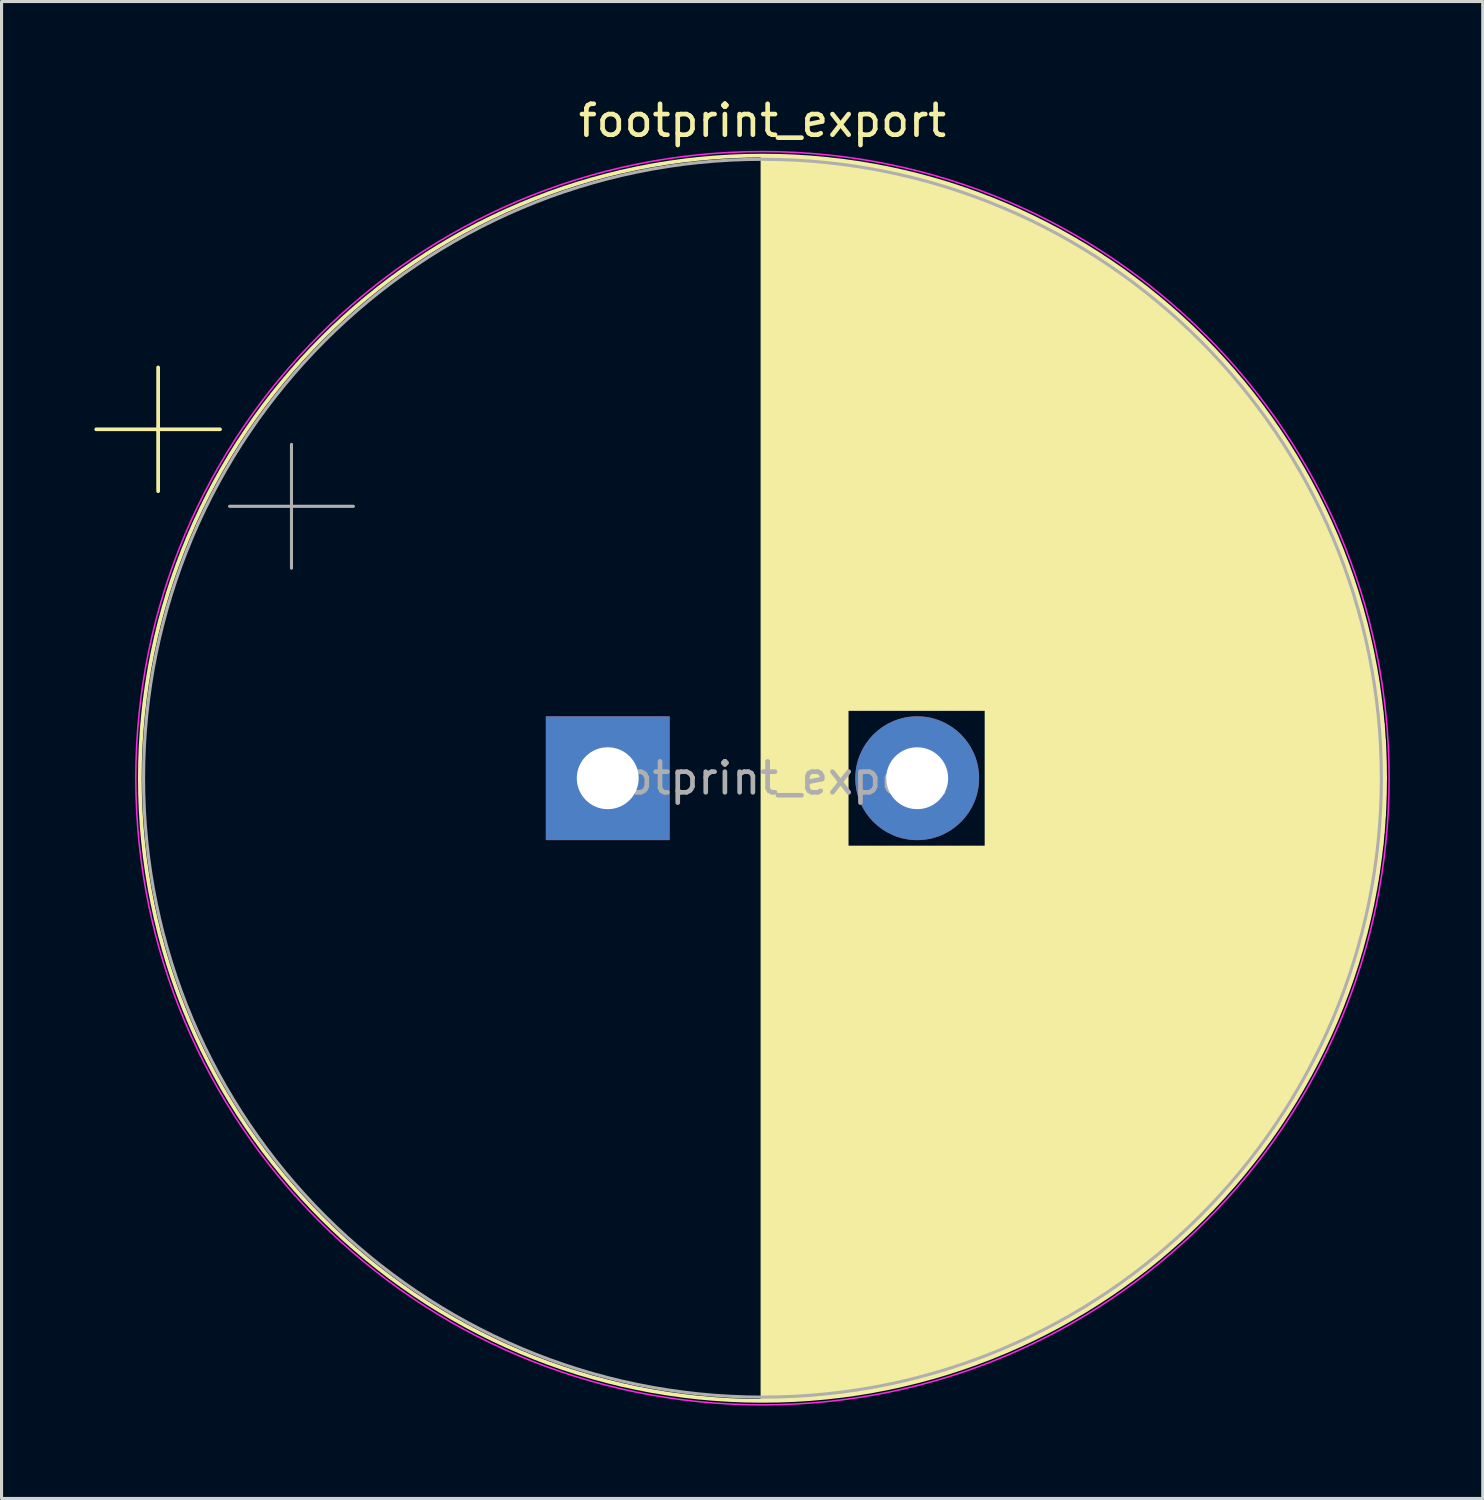
<source format=kicad_pcb>
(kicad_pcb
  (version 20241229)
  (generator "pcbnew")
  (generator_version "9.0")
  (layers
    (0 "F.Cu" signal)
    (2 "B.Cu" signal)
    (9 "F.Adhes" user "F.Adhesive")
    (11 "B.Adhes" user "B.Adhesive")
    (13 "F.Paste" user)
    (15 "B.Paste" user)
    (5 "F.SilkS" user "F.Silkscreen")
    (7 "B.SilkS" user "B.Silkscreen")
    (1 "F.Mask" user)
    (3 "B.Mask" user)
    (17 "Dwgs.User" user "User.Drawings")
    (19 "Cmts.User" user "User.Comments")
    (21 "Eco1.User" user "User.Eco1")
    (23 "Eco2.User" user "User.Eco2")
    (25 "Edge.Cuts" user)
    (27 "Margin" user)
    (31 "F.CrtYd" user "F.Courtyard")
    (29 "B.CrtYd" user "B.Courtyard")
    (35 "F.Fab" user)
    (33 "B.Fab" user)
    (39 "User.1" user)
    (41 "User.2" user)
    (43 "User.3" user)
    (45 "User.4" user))
  (footprint "footprint_export"
    (layer "F.Cu")
    (at 16.589 22.098)
    (property "Reference" "footprint_export" (at 5 -21.25 0) (layer "F.SilkS") (effects (font (size 1 1) (thickness 0.15))))
    (attr through_hole)
    (fp_line (start -16.529 -11.275) (end -12.529 -11.275) (stroke (width 0.12) (type solid)) (layer "F.SilkS"))
    (fp_line (start -14.529 -13.275) (end -14.529 -9.275) (stroke (width 0.12) (type solid)) (layer "F.SilkS"))
    (fp_line (start 5 -20.08) (end 5 20.08) (stroke (width 0.12) (type solid)) (layer "F.SilkS"))
    (fp_line (start 5.04 -20.08) (end 5.04 20.08) (stroke (width 0.12) (type solid)) (layer "F.SilkS"))
    (fp_line (start 5.08 -20.08) (end 5.08 20.08) (stroke (width 0.12) (type solid)) (layer "F.SilkS"))
    (fp_line (start 5.12 -20.08) (end 5.12 20.08) (stroke (width 0.12) (type solid)) (layer "F.SilkS"))
    (fp_line (start 5.16 -20.08) (end 5.16 20.08) (stroke (width 0.12) (type solid)) (layer "F.SilkS"))
    (fp_line (start 5.2 -20.08) (end 5.2 20.08) (stroke (width 0.12) (type solid)) (layer "F.SilkS"))
    (fp_line (start 5.24 -20.079) (end 5.24 20.079) (stroke (width 0.12) (type solid)) (layer "F.SilkS"))
    (fp_line (start 5.28 -20.079) (end 5.28 20.079) (stroke (width 0.12) (type solid)) (layer "F.SilkS"))
    (fp_line (start 5.32 -20.078) (end 5.32 20.078) (stroke (width 0.12) (type solid)) (layer "F.SilkS"))
    (fp_line (start 5.36 -20.077) (end 5.36 20.077) (stroke (width 0.12) (type solid)) (layer "F.SilkS"))
    (fp_line (start 5.4 -20.077) (end 5.4 20.077) (stroke (width 0.12) (type solid)) (layer "F.SilkS"))
    (fp_line (start 5.44 -20.076) (end 5.44 20.076) (stroke (width 0.12) (type solid)) (layer "F.SilkS"))
    (fp_line (start 5.48 -20.075) (end 5.48 20.075) (stroke (width 0.12) (type solid)) (layer "F.SilkS"))
    (fp_line (start 5.52 -20.074) (end 5.52 20.074) (stroke (width 0.12) (type solid)) (layer "F.SilkS"))
    (fp_line (start 5.56 -20.073) (end 5.56 20.073) (stroke (width 0.12) (type solid)) (layer "F.SilkS"))
    (fp_line (start 5.6 -20.072) (end 5.6 20.072) (stroke (width 0.12) (type solid)) (layer "F.SilkS"))
    (fp_line (start 5.64 -20.07) (end 5.64 20.07) (stroke (width 0.12) (type solid)) (layer "F.SilkS"))
    (fp_line (start 5.68 -20.069) (end 5.68 20.069) (stroke (width 0.12) (type solid)) (layer "F.SilkS"))
    (fp_line (start 5.721 -20.068) (end 5.721 20.068) (stroke (width 0.12) (type solid)) (layer "F.SilkS"))
    (fp_line (start 5.761 -20.066) (end 5.761 20.066) (stroke (width 0.12) (type solid)) (layer "F.SilkS"))
    (fp_line (start 5.801 -20.065) (end 5.801 20.065) (stroke (width 0.12) (type solid)) (layer "F.SilkS"))
    (fp_line (start 5.841 -20.063) (end 5.841 20.063) (stroke (width 0.12) (type solid)) (layer "F.SilkS"))
    (fp_line (start 5.881 -20.061) (end 5.881 20.061) (stroke (width 0.12) (type solid)) (layer "F.SilkS"))
    (fp_line (start 5.921 -20.059) (end 5.921 20.059) (stroke (width 0.12) (type solid)) (layer "F.SilkS"))
    (fp_line (start 5.961 -20.058) (end 5.961 20.058) (stroke (width 0.12) (type solid)) (layer "F.SilkS"))
    (fp_line (start 6.001 -20.056) (end 6.001 20.056) (stroke (width 0.12) (type solid)) (layer "F.SilkS"))
    (fp_line (start 6.041 -20.054) (end 6.041 20.054) (stroke (width 0.12) (type solid)) (layer "F.SilkS"))
    (fp_line (start 6.081 -20.051) (end 6.081 20.051) (stroke (width 0.12) (type solid)) (layer "F.SilkS"))
    (fp_line (start 6.121 -20.049) (end 6.121 20.049) (stroke (width 0.12) (type solid)) (layer "F.SilkS"))
    (fp_line (start 6.161 -20.047) (end 6.161 20.047) (stroke (width 0.12) (type solid)) (layer "F.SilkS"))
    (fp_line (start 6.201 -20.045) (end 6.201 20.045) (stroke (width 0.12) (type solid)) (layer "F.SilkS"))
    (fp_line (start 6.241 -20.042) (end 6.241 20.042) (stroke (width 0.12) (type solid)) (layer "F.SilkS"))
    (fp_line (start 6.281 -20.04) (end 6.281 20.04) (stroke (width 0.12) (type solid)) (layer "F.SilkS"))
    (fp_line (start 6.321 -20.037) (end 6.321 20.037) (stroke (width 0.12) (type solid)) (layer "F.SilkS"))
    (fp_line (start 6.361 -20.034) (end 6.361 20.034) (stroke (width 0.12) (type solid)) (layer "F.SilkS"))
    (fp_line (start 6.401 -20.032) (end 6.401 20.032) (stroke (width 0.12) (type solid)) (layer "F.SilkS"))
    (fp_line (start 6.441 -20.029) (end 6.441 20.029) (stroke (width 0.12) (type solid)) (layer "F.SilkS"))
    (fp_line (start 6.481 -20.026) (end 6.481 20.026) (stroke (width 0.12) (type solid)) (layer "F.SilkS"))
    (fp_line (start 6.521 -20.023) (end 6.521 20.023) (stroke (width 0.12) (type solid)) (layer "F.SilkS"))
    (fp_line (start 6.561 -20.02) (end 6.561 20.02) (stroke (width 0.12) (type solid)) (layer "F.SilkS"))
    (fp_line (start 6.601 -20.017) (end 6.601 20.017) (stroke (width 0.12) (type solid)) (layer "F.SilkS"))
    (fp_line (start 6.641 -20.014) (end 6.641 20.014) (stroke (width 0.12) (type solid)) (layer "F.SilkS"))
    (fp_line (start 6.681 -20.01) (end 6.681 20.01) (stroke (width 0.12) (type solid)) (layer "F.SilkS"))
    (fp_line (start 6.721 -20.007) (end 6.721 20.007) (stroke (width 0.12) (type solid)) (layer "F.SilkS"))
    (fp_line (start 6.761 -20.003) (end 6.761 20.003) (stroke (width 0.12) (type solid)) (layer "F.SilkS"))
    (fp_line (start 6.801 -20) (end 6.801 20) (stroke (width 0.12) (type solid)) (layer "F.SilkS"))
    (fp_line (start 6.841 -19.996) (end 6.841 19.996) (stroke (width 0.12) (type solid)) (layer "F.SilkS"))
    (fp_line (start 6.881 -19.992) (end 6.881 19.992) (stroke (width 0.12) (type solid)) (layer "F.SilkS"))
    (fp_line (start 6.921 -19.989) (end 6.921 19.989) (stroke (width 0.12) (type solid)) (layer "F.SilkS"))
    (fp_line (start 6.961 -19.985) (end 6.961 19.985) (stroke (width 0.12) (type solid)) (layer "F.SilkS"))
    (fp_line (start 7.001 -19.981) (end 7.001 19.981) (stroke (width 0.12) (type solid)) (layer "F.SilkS"))
    (fp_line (start 7.041 -19.977) (end 7.041 19.977) (stroke (width 0.12) (type solid)) (layer "F.SilkS"))
    (fp_line (start 7.081 -19.973) (end 7.081 19.973) (stroke (width 0.12) (type solid)) (layer "F.SilkS"))
    (fp_line (start 7.121 -19.968) (end 7.121 19.968) (stroke (width 0.12) (type solid)) (layer "F.SilkS"))
    (fp_line (start 7.161 -19.964) (end 7.161 19.964) (stroke (width 0.12) (type solid)) (layer "F.SilkS"))
    (fp_line (start 7.201 -19.96) (end 7.201 19.96) (stroke (width 0.12) (type solid)) (layer "F.SilkS"))
    (fp_line (start 7.241 -19.955) (end 7.241 19.955) (stroke (width 0.12) (type solid)) (layer "F.SilkS"))
    (fp_line (start 7.281 -19.951) (end 7.281 19.951) (stroke (width 0.12) (type solid)) (layer "F.SilkS"))
    (fp_line (start 7.321 -19.946) (end 7.321 19.946) (stroke (width 0.12) (type solid)) (layer "F.SilkS"))
    (fp_line (start 7.361 -19.942) (end 7.361 19.942) (stroke (width 0.12) (type solid)) (layer "F.SilkS"))
    (fp_line (start 7.401 -19.937) (end 7.401 19.937) (stroke (width 0.12) (type solid)) (layer "F.SilkS"))
    (fp_line (start 7.441 -19.932) (end 7.441 19.932) (stroke (width 0.12) (type solid)) (layer "F.SilkS"))
    (fp_line (start 7.481 -19.927) (end 7.481 19.927) (stroke (width 0.12) (type solid)) (layer "F.SilkS"))
    (fp_line (start 7.521 -19.922) (end 7.521 19.922) (stroke (width 0.12) (type solid)) (layer "F.SilkS"))
    (fp_line (start 7.561 -19.917) (end 7.561 19.917) (stroke (width 0.12) (type solid)) (layer "F.SilkS"))
    (fp_line (start 7.601 -19.912) (end 7.601 19.912) (stroke (width 0.12) (type solid)) (layer "F.SilkS"))
    (fp_line (start 7.641 -19.907) (end 7.641 19.907) (stroke (width 0.12) (type solid)) (layer "F.SilkS"))
    (fp_line (start 7.681 -19.901) (end 7.681 19.901) (stroke (width 0.12) (type solid)) (layer "F.SilkS"))
    (fp_line (start 7.721 -19.896) (end 7.721 19.896) (stroke (width 0.12) (type solid)) (layer "F.SilkS"))
    (fp_line (start 7.761 -19.89) (end 7.761 -2.24) (stroke (width 0.12) (type solid)) (layer "F.SilkS"))
    (fp_line (start 7.761 2.24) (end 7.761 19.89) (stroke (width 0.12) (type solid)) (layer "F.SilkS"))
    (fp_line (start 7.801 -19.885) (end 7.801 -2.24) (stroke (width 0.12) (type solid)) (layer "F.SilkS"))
    (fp_line (start 7.801 2.24) (end 7.801 19.885) (stroke (width 0.12) (type solid)) (layer "F.SilkS"))
    (fp_line (start 7.841 -19.879) (end 7.841 -2.24) (stroke (width 0.12) (type solid)) (layer "F.SilkS"))
    (fp_line (start 7.841 2.24) (end 7.841 19.879) (stroke (width 0.12) (type solid)) (layer "F.SilkS"))
    (fp_line (start 7.881 -19.873) (end 7.881 -2.24) (stroke (width 0.12) (type solid)) (layer "F.SilkS"))
    (fp_line (start 7.881 2.24) (end 7.881 19.873) (stroke (width 0.12) (type solid)) (layer "F.SilkS"))
    (fp_line (start 7.921 -19.867) (end 7.921 -2.24) (stroke (width 0.12) (type solid)) (layer "F.SilkS"))
    (fp_line (start 7.921 2.24) (end 7.921 19.867) (stroke (width 0.12) (type solid)) (layer "F.SilkS"))
    (fp_line (start 7.961 -19.862) (end 7.961 -2.24) (stroke (width 0.12) (type solid)) (layer "F.SilkS"))
    (fp_line (start 7.961 2.24) (end 7.961 19.862) (stroke (width 0.12) (type solid)) (layer "F.SilkS"))
    (fp_line (start 8.001 -19.856) (end 8.001 -2.24) (stroke (width 0.12) (type solid)) (layer "F.SilkS"))
    (fp_line (start 8.001 2.24) (end 8.001 19.856) (stroke (width 0.12) (type solid)) (layer "F.SilkS"))
    (fp_line (start 8.041 -19.85) (end 8.041 -2.24) (stroke (width 0.12) (type solid)) (layer "F.SilkS"))
    (fp_line (start 8.041 2.24) (end 8.041 19.85) (stroke (width 0.12) (type solid)) (layer "F.SilkS"))
    (fp_line (start 8.081 -19.843) (end 8.081 -2.24) (stroke (width 0.12) (type solid)) (layer "F.SilkS"))
    (fp_line (start 8.081 2.24) (end 8.081 19.843) (stroke (width 0.12) (type solid)) (layer "F.SilkS"))
    (fp_line (start 8.121 -19.837) (end 8.121 -2.24) (stroke (width 0.12) (type solid)) (layer "F.SilkS"))
    (fp_line (start 8.121 2.24) (end 8.121 19.837) (stroke (width 0.12) (type solid)) (layer "F.SilkS"))
    (fp_line (start 8.161 -19.831) (end 8.161 -2.24) (stroke (width 0.12) (type solid)) (layer "F.SilkS"))
    (fp_line (start 8.161 2.24) (end 8.161 19.831) (stroke (width 0.12) (type solid)) (layer "F.SilkS"))
    (fp_line (start 8.201 -19.824) (end 8.201 -2.24) (stroke (width 0.12) (type solid)) (layer "F.SilkS"))
    (fp_line (start 8.201 2.24) (end 8.201 19.824) (stroke (width 0.12) (type solid)) (layer "F.SilkS"))
    (fp_line (start 8.241 -19.818) (end 8.241 -2.24) (stroke (width 0.12) (type solid)) (layer "F.SilkS"))
    (fp_line (start 8.241 2.24) (end 8.241 19.818) (stroke (width 0.12) (type solid)) (layer "F.SilkS"))
    (fp_line (start 8.281 -19.811) (end 8.281 -2.24) (stroke (width 0.12) (type solid)) (layer "F.SilkS"))
    (fp_line (start 8.281 2.24) (end 8.281 19.811) (stroke (width 0.12) (type solid)) (layer "F.SilkS"))
    (fp_line (start 8.321 -19.805) (end 8.321 -2.24) (stroke (width 0.12) (type solid)) (layer "F.SilkS"))
    (fp_line (start 8.321 2.24) (end 8.321 19.805) (stroke (width 0.12) (type solid)) (layer "F.SilkS"))
    (fp_line (start 8.361 -19.798) (end 8.361 -2.24) (stroke (width 0.12) (type solid)) (layer "F.SilkS"))
    (fp_line (start 8.361 2.24) (end 8.361 19.798) (stroke (width 0.12) (type solid)) (layer "F.SilkS"))
    (fp_line (start 8.401 -19.791) (end 8.401 -2.24) (stroke (width 0.12) (type solid)) (layer "F.SilkS"))
    (fp_line (start 8.401 2.24) (end 8.401 19.791) (stroke (width 0.12) (type solid)) (layer "F.SilkS"))
    (fp_line (start 8.441 -19.784) (end 8.441 -2.24) (stroke (width 0.12) (type solid)) (layer "F.SilkS"))
    (fp_line (start 8.441 2.24) (end 8.441 19.784) (stroke (width 0.12) (type solid)) (layer "F.SilkS"))
    (fp_line (start 8.481 -19.777) (end 8.481 -2.24) (stroke (width 0.12) (type solid)) (layer "F.SilkS"))
    (fp_line (start 8.481 2.24) (end 8.481 19.777) (stroke (width 0.12) (type solid)) (layer "F.SilkS"))
    (fp_line (start 8.521 -19.77) (end 8.521 -2.24) (stroke (width 0.12) (type solid)) (layer "F.SilkS"))
    (fp_line (start 8.521 2.24) (end 8.521 19.77) (stroke (width 0.12) (type solid)) (layer "F.SilkS"))
    (fp_line (start 8.561 -19.763) (end 8.561 -2.24) (stroke (width 0.12) (type solid)) (layer "F.SilkS"))
    (fp_line (start 8.561 2.24) (end 8.561 19.763) (stroke (width 0.12) (type solid)) (layer "F.SilkS"))
    (fp_line (start 8.601 -19.756) (end 8.601 -2.24) (stroke (width 0.12) (type solid)) (layer "F.SilkS"))
    (fp_line (start 8.601 2.24) (end 8.601 19.756) (stroke (width 0.12) (type solid)) (layer "F.SilkS"))
    (fp_line (start 8.641 -19.748) (end 8.641 -2.24) (stroke (width 0.12) (type solid)) (layer "F.SilkS"))
    (fp_line (start 8.641 2.24) (end 8.641 19.748) (stroke (width 0.12) (type solid)) (layer "F.SilkS"))
    (fp_line (start 8.681 -19.741) (end 8.681 -2.24) (stroke (width 0.12) (type solid)) (layer "F.SilkS"))
    (fp_line (start 8.681 2.24) (end 8.681 19.741) (stroke (width 0.12) (type solid)) (layer "F.SilkS"))
    (fp_line (start 8.721 -19.734) (end 8.721 -2.24) (stroke (width 0.12) (type solid)) (layer "F.SilkS"))
    (fp_line (start 8.721 2.24) (end 8.721 19.734) (stroke (width 0.12) (type solid)) (layer "F.SilkS"))
    (fp_line (start 8.761 -19.726) (end 8.761 -2.24) (stroke (width 0.12) (type solid)) (layer "F.SilkS"))
    (fp_line (start 8.761 2.24) (end 8.761 19.726) (stroke (width 0.12) (type solid)) (layer "F.SilkS"))
    (fp_line (start 8.801 -19.718) (end 8.801 -2.24) (stroke (width 0.12) (type solid)) (layer "F.SilkS"))
    (fp_line (start 8.801 2.24) (end 8.801 19.718) (stroke (width 0.12) (type solid)) (layer "F.SilkS"))
    (fp_line (start 8.841 -19.711) (end 8.841 -2.24) (stroke (width 0.12) (type solid)) (layer "F.SilkS"))
    (fp_line (start 8.841 2.24) (end 8.841 19.711) (stroke (width 0.12) (type solid)) (layer "F.SilkS"))
    (fp_line (start 8.881 -19.703) (end 8.881 -2.24) (stroke (width 0.12) (type solid)) (layer "F.SilkS"))
    (fp_line (start 8.881 2.24) (end 8.881 19.703) (stroke (width 0.12) (type solid)) (layer "F.SilkS"))
    (fp_line (start 8.921 -19.695) (end 8.921 -2.24) (stroke (width 0.12) (type solid)) (layer "F.SilkS"))
    (fp_line (start 8.921 2.24) (end 8.921 19.695) (stroke (width 0.12) (type solid)) (layer "F.SilkS"))
    (fp_line (start 8.961 -19.687) (end 8.961 -2.24) (stroke (width 0.12) (type solid)) (layer "F.SilkS"))
    (fp_line (start 8.961 2.24) (end 8.961 19.687) (stroke (width 0.12) (type solid)) (layer "F.SilkS"))
    (fp_line (start 9.001 -19.679) (end 9.001 -2.24) (stroke (width 0.12) (type solid)) (layer "F.SilkS"))
    (fp_line (start 9.001 2.24) (end 9.001 19.679) (stroke (width 0.12) (type solid)) (layer "F.SilkS"))
    (fp_line (start 9.041 -19.671) (end 9.041 -2.24) (stroke (width 0.12) (type solid)) (layer "F.SilkS"))
    (fp_line (start 9.041 2.24) (end 9.041 19.671) (stroke (width 0.12) (type solid)) (layer "F.SilkS"))
    (fp_line (start 9.081 -19.662) (end 9.081 -2.24) (stroke (width 0.12) (type solid)) (layer "F.SilkS"))
    (fp_line (start 9.081 2.24) (end 9.081 19.662) (stroke (width 0.12) (type solid)) (layer "F.SilkS"))
    (fp_line (start 9.121 -19.654) (end 9.121 -2.24) (stroke (width 0.12) (type solid)) (layer "F.SilkS"))
    (fp_line (start 9.121 2.24) (end 9.121 19.654) (stroke (width 0.12) (type solid)) (layer "F.SilkS"))
    (fp_line (start 9.161 -19.646) (end 9.161 -2.24) (stroke (width 0.12) (type solid)) (layer "F.SilkS"))
    (fp_line (start 9.161 2.24) (end 9.161 19.646) (stroke (width 0.12) (type solid)) (layer "F.SilkS"))
    (fp_line (start 9.201 -19.637) (end 9.201 -2.24) (stroke (width 0.12) (type solid)) (layer "F.SilkS"))
    (fp_line (start 9.201 2.24) (end 9.201 19.637) (stroke (width 0.12) (type solid)) (layer "F.SilkS"))
    (fp_line (start 9.241 -19.629) (end 9.241 -2.24) (stroke (width 0.12) (type solid)) (layer "F.SilkS"))
    (fp_line (start 9.241 2.24) (end 9.241 19.629) (stroke (width 0.12) (type solid)) (layer "F.SilkS"))
    (fp_line (start 9.281 -19.62) (end 9.281 -2.24) (stroke (width 0.12) (type solid)) (layer "F.SilkS"))
    (fp_line (start 9.281 2.24) (end 9.281 19.62) (stroke (width 0.12) (type solid)) (layer "F.SilkS"))
    (fp_line (start 9.321 -19.611) (end 9.321 -2.24) (stroke (width 0.12) (type solid)) (layer "F.SilkS"))
    (fp_line (start 9.321 2.24) (end 9.321 19.611) (stroke (width 0.12) (type solid)) (layer "F.SilkS"))
    (fp_line (start 9.361 -19.602) (end 9.361 -2.24) (stroke (width 0.12) (type solid)) (layer "F.SilkS"))
    (fp_line (start 9.361 2.24) (end 9.361 19.602) (stroke (width 0.12) (type solid)) (layer "F.SilkS"))
    (fp_line (start 9.401 -19.593) (end 9.401 -2.24) (stroke (width 0.12) (type solid)) (layer "F.SilkS"))
    (fp_line (start 9.401 2.24) (end 9.401 19.593) (stroke (width 0.12) (type solid)) (layer "F.SilkS"))
    (fp_line (start 9.441 -19.584) (end 9.441 -2.24) (stroke (width 0.12) (type solid)) (layer "F.SilkS"))
    (fp_line (start 9.441 2.24) (end 9.441 19.584) (stroke (width 0.12) (type solid)) (layer "F.SilkS"))
    (fp_line (start 9.481 -19.575) (end 9.481 -2.24) (stroke (width 0.12) (type solid)) (layer "F.SilkS"))
    (fp_line (start 9.481 2.24) (end 9.481 19.575) (stroke (width 0.12) (type solid)) (layer "F.SilkS"))
    (fp_line (start 9.521 -19.566) (end 9.521 -2.24) (stroke (width 0.12) (type solid)) (layer "F.SilkS"))
    (fp_line (start 9.521 2.24) (end 9.521 19.566) (stroke (width 0.12) (type solid)) (layer "F.SilkS"))
    (fp_line (start 9.561 -19.557) (end 9.561 -2.24) (stroke (width 0.12) (type solid)) (layer "F.SilkS"))
    (fp_line (start 9.561 2.24) (end 9.561 19.557) (stroke (width 0.12) (type solid)) (layer "F.SilkS"))
    (fp_line (start 9.601 -19.548) (end 9.601 -2.24) (stroke (width 0.12) (type solid)) (layer "F.SilkS"))
    (fp_line (start 9.601 2.24) (end 9.601 19.548) (stroke (width 0.12) (type solid)) (layer "F.SilkS"))
    (fp_line (start 9.641 -19.538) (end 9.641 -2.24) (stroke (width 0.12) (type solid)) (layer "F.SilkS"))
    (fp_line (start 9.641 2.24) (end 9.641 19.538) (stroke (width 0.12) (type solid)) (layer "F.SilkS"))
    (fp_line (start 9.681 -19.529) (end 9.681 -2.24) (stroke (width 0.12) (type solid)) (layer "F.SilkS"))
    (fp_line (start 9.681 2.24) (end 9.681 19.529) (stroke (width 0.12) (type solid)) (layer "F.SilkS"))
    (fp_line (start 9.721 -19.519) (end 9.721 -2.24) (stroke (width 0.12) (type solid)) (layer "F.SilkS"))
    (fp_line (start 9.721 2.24) (end 9.721 19.519) (stroke (width 0.12) (type solid)) (layer "F.SilkS"))
    (fp_line (start 9.761 -19.509) (end 9.761 -2.24) (stroke (width 0.12) (type solid)) (layer "F.SilkS"))
    (fp_line (start 9.761 2.24) (end 9.761 19.509) (stroke (width 0.12) (type solid)) (layer "F.SilkS"))
    (fp_line (start 9.801 -19.5) (end 9.801 -2.24) (stroke (width 0.12) (type solid)) (layer "F.SilkS"))
    (fp_line (start 9.801 2.24) (end 9.801 19.5) (stroke (width 0.12) (type solid)) (layer "F.SilkS"))
    (fp_line (start 9.841 -19.49) (end 9.841 -2.24) (stroke (width 0.12) (type solid)) (layer "F.SilkS"))
    (fp_line (start 9.841 2.24) (end 9.841 19.49) (stroke (width 0.12) (type solid)) (layer "F.SilkS"))
    (fp_line (start 9.881 -19.48) (end 9.881 -2.24) (stroke (width 0.12) (type solid)) (layer "F.SilkS"))
    (fp_line (start 9.881 2.24) (end 9.881 19.48) (stroke (width 0.12) (type solid)) (layer "F.SilkS"))
    (fp_line (start 9.921 -19.47) (end 9.921 -2.24) (stroke (width 0.12) (type solid)) (layer "F.SilkS"))
    (fp_line (start 9.921 2.24) (end 9.921 19.47) (stroke (width 0.12) (type solid)) (layer "F.SilkS"))
    (fp_line (start 9.961 -19.46) (end 9.961 -2.24) (stroke (width 0.12) (type solid)) (layer "F.SilkS"))
    (fp_line (start 9.961 2.24) (end 9.961 19.46) (stroke (width 0.12) (type solid)) (layer "F.SilkS"))
    (fp_line (start 10.001 -19.449) (end 10.001 -2.24) (stroke (width 0.12) (type solid)) (layer "F.SilkS"))
    (fp_line (start 10.001 2.24) (end 10.001 19.449) (stroke (width 0.12) (type solid)) (layer "F.SilkS"))
    (fp_line (start 10.041 -19.439) (end 10.041 -2.24) (stroke (width 0.12) (type solid)) (layer "F.SilkS"))
    (fp_line (start 10.041 2.24) (end 10.041 19.439) (stroke (width 0.12) (type solid)) (layer "F.SilkS"))
    (fp_line (start 10.081 -19.429) (end 10.081 -2.24) (stroke (width 0.12) (type solid)) (layer "F.SilkS"))
    (fp_line (start 10.081 2.24) (end 10.081 19.429) (stroke (width 0.12) (type solid)) (layer "F.SilkS"))
    (fp_line (start 10.121 -19.418) (end 10.121 -2.24) (stroke (width 0.12) (type solid)) (layer "F.SilkS"))
    (fp_line (start 10.121 2.24) (end 10.121 19.418) (stroke (width 0.12) (type solid)) (layer "F.SilkS"))
    (fp_line (start 10.161 -19.408) (end 10.161 -2.24) (stroke (width 0.12) (type solid)) (layer "F.SilkS"))
    (fp_line (start 10.161 2.24) (end 10.161 19.408) (stroke (width 0.12) (type solid)) (layer "F.SilkS"))
    (fp_line (start 10.201 -19.397) (end 10.201 -2.24) (stroke (width 0.12) (type solid)) (layer "F.SilkS"))
    (fp_line (start 10.201 2.24) (end 10.201 19.397) (stroke (width 0.12) (type solid)) (layer "F.SilkS"))
    (fp_line (start 10.241 -19.386) (end 10.241 -2.24) (stroke (width 0.12) (type solid)) (layer "F.SilkS"))
    (fp_line (start 10.241 2.24) (end 10.241 19.386) (stroke (width 0.12) (type solid)) (layer "F.SilkS"))
    (fp_line (start 10.281 -19.375) (end 10.281 -2.24) (stroke (width 0.12) (type solid)) (layer "F.SilkS"))
    (fp_line (start 10.281 2.24) (end 10.281 19.375) (stroke (width 0.12) (type solid)) (layer "F.SilkS"))
    (fp_line (start 10.321 -19.364) (end 10.321 -2.24) (stroke (width 0.12) (type solid)) (layer "F.SilkS"))
    (fp_line (start 10.321 2.24) (end 10.321 19.364) (stroke (width 0.12) (type solid)) (layer "F.SilkS"))
    (fp_line (start 10.361 -19.353) (end 10.361 -2.24) (stroke (width 0.12) (type solid)) (layer "F.SilkS"))
    (fp_line (start 10.361 2.24) (end 10.361 19.353) (stroke (width 0.12) (type solid)) (layer "F.SilkS"))
    (fp_line (start 10.401 -19.342) (end 10.401 -2.24) (stroke (width 0.12) (type solid)) (layer "F.SilkS"))
    (fp_line (start 10.401 2.24) (end 10.401 19.342) (stroke (width 0.12) (type solid)) (layer "F.SilkS"))
    (fp_line (start 10.441 -19.331) (end 10.441 -2.24) (stroke (width 0.12) (type solid)) (layer "F.SilkS"))
    (fp_line (start 10.441 2.24) (end 10.441 19.331) (stroke (width 0.12) (type solid)) (layer "F.SilkS"))
    (fp_line (start 10.481 -19.32) (end 10.481 -2.24) (stroke (width 0.12) (type solid)) (layer "F.SilkS"))
    (fp_line (start 10.481 2.24) (end 10.481 19.32) (stroke (width 0.12) (type solid)) (layer "F.SilkS"))
    (fp_line (start 10.521 -19.308) (end 10.521 -2.24) (stroke (width 0.12) (type solid)) (layer "F.SilkS"))
    (fp_line (start 10.521 2.24) (end 10.521 19.308) (stroke (width 0.12) (type solid)) (layer "F.SilkS"))
    (fp_line (start 10.561 -19.297) (end 10.561 -2.24) (stroke (width 0.12) (type solid)) (layer "F.SilkS"))
    (fp_line (start 10.561 2.24) (end 10.561 19.297) (stroke (width 0.12) (type solid)) (layer "F.SilkS"))
    (fp_line (start 10.601 -19.285) (end 10.601 -2.24) (stroke (width 0.12) (type solid)) (layer "F.SilkS"))
    (fp_line (start 10.601 2.24) (end 10.601 19.285) (stroke (width 0.12) (type solid)) (layer "F.SilkS"))
    (fp_line (start 10.641 -19.274) (end 10.641 -2.24) (stroke (width 0.12) (type solid)) (layer "F.SilkS"))
    (fp_line (start 10.641 2.24) (end 10.641 19.274) (stroke (width 0.12) (type solid)) (layer "F.SilkS"))
    (fp_line (start 10.681 -19.262) (end 10.681 -2.24) (stroke (width 0.12) (type solid)) (layer "F.SilkS"))
    (fp_line (start 10.681 2.24) (end 10.681 19.262) (stroke (width 0.12) (type solid)) (layer "F.SilkS"))
    (fp_line (start 10.721 -19.25) (end 10.721 -2.24) (stroke (width 0.12) (type solid)) (layer "F.SilkS"))
    (fp_line (start 10.721 2.24) (end 10.721 19.25) (stroke (width 0.12) (type solid)) (layer "F.SilkS"))
    (fp_line (start 10.761 -19.238) (end 10.761 -2.24) (stroke (width 0.12) (type solid)) (layer "F.SilkS"))
    (fp_line (start 10.761 2.24) (end 10.761 19.238) (stroke (width 0.12) (type solid)) (layer "F.SilkS"))
    (fp_line (start 10.801 -19.226) (end 10.801 -2.24) (stroke (width 0.12) (type solid)) (layer "F.SilkS"))
    (fp_line (start 10.801 2.24) (end 10.801 19.226) (stroke (width 0.12) (type solid)) (layer "F.SilkS"))
    (fp_line (start 10.841 -19.214) (end 10.841 -2.24) (stroke (width 0.12) (type solid)) (layer "F.SilkS"))
    (fp_line (start 10.841 2.24) (end 10.841 19.214) (stroke (width 0.12) (type solid)) (layer "F.SilkS"))
    (fp_line (start 10.881 -19.202) (end 10.881 -2.24) (stroke (width 0.12) (type solid)) (layer "F.SilkS"))
    (fp_line (start 10.881 2.24) (end 10.881 19.202) (stroke (width 0.12) (type solid)) (layer "F.SilkS"))
    (fp_line (start 10.921 -19.19) (end 10.921 -2.24) (stroke (width 0.12) (type solid)) (layer "F.SilkS"))
    (fp_line (start 10.921 2.24) (end 10.921 19.19) (stroke (width 0.12) (type solid)) (layer "F.SilkS"))
    (fp_line (start 10.961 -19.177) (end 10.961 -2.24) (stroke (width 0.12) (type solid)) (layer "F.SilkS"))
    (fp_line (start 10.961 2.24) (end 10.961 19.177) (stroke (width 0.12) (type solid)) (layer "F.SilkS"))
    (fp_line (start 11.001 -19.165) (end 11.001 -2.24) (stroke (width 0.12) (type solid)) (layer "F.SilkS"))
    (fp_line (start 11.001 2.24) (end 11.001 19.165) (stroke (width 0.12) (type solid)) (layer "F.SilkS"))
    (fp_line (start 11.041 -19.152) (end 11.041 -2.24) (stroke (width 0.12) (type solid)) (layer "F.SilkS"))
    (fp_line (start 11.041 2.24) (end 11.041 19.152) (stroke (width 0.12) (type solid)) (layer "F.SilkS"))
    (fp_line (start 11.081 -19.14) (end 11.081 -2.24) (stroke (width 0.12) (type solid)) (layer "F.SilkS"))
    (fp_line (start 11.081 2.24) (end 11.081 19.14) (stroke (width 0.12) (type solid)) (layer "F.SilkS"))
    (fp_line (start 11.121 -19.127) (end 11.121 -2.24) (stroke (width 0.12) (type solid)) (layer "F.SilkS"))
    (fp_line (start 11.121 2.24) (end 11.121 19.127) (stroke (width 0.12) (type solid)) (layer "F.SilkS"))
    (fp_line (start 11.161 -19.114) (end 11.161 -2.24) (stroke (width 0.12) (type solid)) (layer "F.SilkS"))
    (fp_line (start 11.161 2.24) (end 11.161 19.114) (stroke (width 0.12) (type solid)) (layer "F.SilkS"))
    (fp_line (start 11.201 -19.101) (end 11.201 -2.24) (stroke (width 0.12) (type solid)) (layer "F.SilkS"))
    (fp_line (start 11.201 2.24) (end 11.201 19.101) (stroke (width 0.12) (type solid)) (layer "F.SilkS"))
    (fp_line (start 11.241 -19.088) (end 11.241 -2.24) (stroke (width 0.12) (type solid)) (layer "F.SilkS"))
    (fp_line (start 11.241 2.24) (end 11.241 19.088) (stroke (width 0.12) (type solid)) (layer "F.SilkS"))
    (fp_line (start 11.281 -19.075) (end 11.281 -2.24) (stroke (width 0.12) (type solid)) (layer "F.SilkS"))
    (fp_line (start 11.281 2.24) (end 11.281 19.075) (stroke (width 0.12) (type solid)) (layer "F.SilkS"))
    (fp_line (start 11.321 -19.062) (end 11.321 -2.24) (stroke (width 0.12) (type solid)) (layer "F.SilkS"))
    (fp_line (start 11.321 2.24) (end 11.321 19.062) (stroke (width 0.12) (type solid)) (layer "F.SilkS"))
    (fp_line (start 11.361 -19.049) (end 11.361 -2.24) (stroke (width 0.12) (type solid)) (layer "F.SilkS"))
    (fp_line (start 11.361 2.24) (end 11.361 19.049) (stroke (width 0.12) (type solid)) (layer "F.SilkS"))
    (fp_line (start 11.401 -19.035) (end 11.401 -2.24) (stroke (width 0.12) (type solid)) (layer "F.SilkS"))
    (fp_line (start 11.401 2.24) (end 11.401 19.035) (stroke (width 0.12) (type solid)) (layer "F.SilkS"))
    (fp_line (start 11.441 -19.022) (end 11.441 -2.24) (stroke (width 0.12) (type solid)) (layer "F.SilkS"))
    (fp_line (start 11.441 2.24) (end 11.441 19.022) (stroke (width 0.12) (type solid)) (layer "F.SilkS"))
    (fp_line (start 11.481 -19.008) (end 11.481 -2.24) (stroke (width 0.12) (type solid)) (layer "F.SilkS"))
    (fp_line (start 11.481 2.24) (end 11.481 19.008) (stroke (width 0.12) (type solid)) (layer "F.SilkS"))
    (fp_line (start 11.521 -18.995) (end 11.521 -2.24) (stroke (width 0.12) (type solid)) (layer "F.SilkS"))
    (fp_line (start 11.521 2.24) (end 11.521 18.995) (stroke (width 0.12) (type solid)) (layer "F.SilkS"))
    (fp_line (start 11.561 -18.981) (end 11.561 -2.24) (stroke (width 0.12) (type solid)) (layer "F.SilkS"))
    (fp_line (start 11.561 2.24) (end 11.561 18.981) (stroke (width 0.12) (type solid)) (layer "F.SilkS"))
    (fp_line (start 11.601 -18.967) (end 11.601 -2.24) (stroke (width 0.12) (type solid)) (layer "F.SilkS"))
    (fp_line (start 11.601 2.24) (end 11.601 18.967) (stroke (width 0.12) (type solid)) (layer "F.SilkS"))
    (fp_line (start 11.641 -18.953) (end 11.641 -2.24) (stroke (width 0.12) (type solid)) (layer "F.SilkS"))
    (fp_line (start 11.641 2.24) (end 11.641 18.953) (stroke (width 0.12) (type solid)) (layer "F.SilkS"))
    (fp_line (start 11.681 -18.939) (end 11.681 -2.24) (stroke (width 0.12) (type solid)) (layer "F.SilkS"))
    (fp_line (start 11.681 2.24) (end 11.681 18.939) (stroke (width 0.12) (type solid)) (layer "F.SilkS"))
    (fp_line (start 11.721 -18.925) (end 11.721 -2.24) (stroke (width 0.12) (type solid)) (layer "F.SilkS"))
    (fp_line (start 11.721 2.24) (end 11.721 18.925) (stroke (width 0.12) (type solid)) (layer "F.SilkS"))
    (fp_line (start 11.761 -18.911) (end 11.761 -2.24) (stroke (width 0.12) (type solid)) (layer "F.SilkS"))
    (fp_line (start 11.761 2.24) (end 11.761 18.911) (stroke (width 0.12) (type solid)) (layer "F.SilkS"))
    (fp_line (start 11.801 -18.897) (end 11.801 -2.24) (stroke (width 0.12) (type solid)) (layer "F.SilkS"))
    (fp_line (start 11.801 2.24) (end 11.801 18.897) (stroke (width 0.12) (type solid)) (layer "F.SilkS"))
    (fp_line (start 11.841 -18.882) (end 11.841 -2.24) (stroke (width 0.12) (type solid)) (layer "F.SilkS"))
    (fp_line (start 11.841 2.24) (end 11.841 18.882) (stroke (width 0.12) (type solid)) (layer "F.SilkS"))
    (fp_line (start 11.881 -18.868) (end 11.881 -2.24) (stroke (width 0.12) (type solid)) (layer "F.SilkS"))
    (fp_line (start 11.881 2.24) (end 11.881 18.868) (stroke (width 0.12) (type solid)) (layer "F.SilkS"))
    (fp_line (start 11.921 -18.853) (end 11.921 -2.24) (stroke (width 0.12) (type solid)) (layer "F.SilkS"))
    (fp_line (start 11.921 2.24) (end 11.921 18.853) (stroke (width 0.12) (type solid)) (layer "F.SilkS"))
    (fp_line (start 11.961 -18.838) (end 11.961 -2.24) (stroke (width 0.12) (type solid)) (layer "F.SilkS"))
    (fp_line (start 11.961 2.24) (end 11.961 18.838) (stroke (width 0.12) (type solid)) (layer "F.SilkS"))
    (fp_line (start 12.001 -18.824) (end 12.001 -2.24) (stroke (width 0.12) (type solid)) (layer "F.SilkS"))
    (fp_line (start 12.001 2.24) (end 12.001 18.824) (stroke (width 0.12) (type solid)) (layer "F.SilkS"))
    (fp_line (start 12.041 -18.809) (end 12.041 -2.24) (stroke (width 0.12) (type solid)) (layer "F.SilkS"))
    (fp_line (start 12.041 2.24) (end 12.041 18.809) (stroke (width 0.12) (type solid)) (layer "F.SilkS"))
    (fp_line (start 12.081 -18.794) (end 12.081 -2.24) (stroke (width 0.12) (type solid)) (layer "F.SilkS"))
    (fp_line (start 12.081 2.24) (end 12.081 18.794) (stroke (width 0.12) (type solid)) (layer "F.SilkS"))
    (fp_line (start 12.121 -18.779) (end 12.121 -2.24) (stroke (width 0.12) (type solid)) (layer "F.SilkS"))
    (fp_line (start 12.121 2.24) (end 12.121 18.779) (stroke (width 0.12) (type solid)) (layer "F.SilkS"))
    (fp_line (start 12.161 -18.763) (end 12.161 -2.24) (stroke (width 0.12) (type solid)) (layer "F.SilkS"))
    (fp_line (start 12.161 2.24) (end 12.161 18.763) (stroke (width 0.12) (type solid)) (layer "F.SilkS"))
    (fp_line (start 12.201 -18.748) (end 12.201 -2.24) (stroke (width 0.12) (type solid)) (layer "F.SilkS"))
    (fp_line (start 12.201 2.24) (end 12.201 18.748) (stroke (width 0.12) (type solid)) (layer "F.SilkS"))
    (fp_line (start 12.241 -18.733) (end 12.241 18.733) (stroke (width 0.12) (type solid)) (layer "F.SilkS"))
    (fp_line (start 12.281 -18.717) (end 12.281 18.717) (stroke (width 0.12) (type solid)) (layer "F.SilkS"))
    (fp_line (start 12.321 -18.702) (end 12.321 18.702) (stroke (width 0.12) (type solid)) (layer "F.SilkS"))
    (fp_line (start 12.361 -18.686) (end 12.361 18.686) (stroke (width 0.12) (type solid)) (layer "F.SilkS"))
    (fp_line (start 12.401 -18.67) (end 12.401 18.67) (stroke (width 0.12) (type solid)) (layer "F.SilkS"))
    (fp_line (start 12.441 -18.654) (end 12.441 18.654) (stroke (width 0.12) (type solid)) (layer "F.SilkS"))
    (fp_line (start 12.481 -18.638) (end 12.481 18.638) (stroke (width 0.12) (type solid)) (layer "F.SilkS"))
    (fp_line (start 12.521 -18.622) (end 12.521 18.622) (stroke (width 0.12) (type solid)) (layer "F.SilkS"))
    (fp_line (start 12.561 -18.606) (end 12.561 18.606) (stroke (width 0.12) (type solid)) (layer "F.SilkS"))
    (fp_line (start 12.601 -18.59) (end 12.601 18.59) (stroke (width 0.12) (type solid)) (layer "F.SilkS"))
    (fp_line (start 12.641 -18.574) (end 12.641 18.574) (stroke (width 0.12) (type solid)) (layer "F.SilkS"))
    (fp_line (start 12.681 -18.557) (end 12.681 18.557) (stroke (width 0.12) (type solid)) (layer "F.SilkS"))
    (fp_line (start 12.721 -18.54) (end 12.721 18.54) (stroke (width 0.12) (type solid)) (layer "F.SilkS"))
    (fp_line (start 12.761 -18.524) (end 12.761 18.524) (stroke (width 0.12) (type solid)) (layer "F.SilkS"))
    (fp_line (start 12.801 -18.507) (end 12.801 18.507) (stroke (width 0.12) (type solid)) (layer "F.SilkS"))
    (fp_line (start 12.841 -18.49) (end 12.841 18.49) (stroke (width 0.12) (type solid)) (layer "F.SilkS"))
    (fp_line (start 12.881 -18.473) (end 12.881 18.473) (stroke (width 0.12) (type solid)) (layer "F.SilkS"))
    (fp_line (start 12.921 -18.456) (end 12.921 18.456) (stroke (width 0.12) (type solid)) (layer "F.SilkS"))
    (fp_line (start 12.961 -18.439) (end 12.961 18.439) (stroke (width 0.12) (type solid)) (layer "F.SilkS"))
    (fp_line (start 13.001 -18.422) (end 13.001 18.422) (stroke (width 0.12) (type solid)) (layer "F.SilkS"))
    (fp_line (start 13.041 -18.404) (end 13.041 18.404) (stroke (width 0.12) (type solid)) (layer "F.SilkS"))
    (fp_line (start 13.081 -18.387) (end 13.081 18.387) (stroke (width 0.12) (type solid)) (layer "F.SilkS"))
    (fp_line (start 13.121 -18.369) (end 13.121 18.369) (stroke (width 0.12) (type solid)) (layer "F.SilkS"))
    (fp_line (start 13.161 -18.351) (end 13.161 18.351) (stroke (width 0.12) (type solid)) (layer "F.SilkS"))
    (fp_line (start 13.2 -18.334) (end 13.2 18.334) (stroke (width 0.12) (type solid)) (layer "F.SilkS"))
    (fp_line (start 13.24 -18.316) (end 13.24 18.316) (stroke (width 0.12) (type solid)) (layer "F.SilkS"))
    (fp_line (start 13.28 -18.298) (end 13.28 18.298) (stroke (width 0.12) (type solid)) (layer "F.SilkS"))
    (fp_line (start 13.32 -18.28) (end 13.32 18.28) (stroke (width 0.12) (type solid)) (layer "F.SilkS"))
    (fp_line (start 13.36 -18.261) (end 13.36 18.261) (stroke (width 0.12) (type solid)) (layer "F.SilkS"))
    (fp_line (start 13.4 -18.243) (end 13.4 18.243) (stroke (width 0.12) (type solid)) (layer "F.SilkS"))
    (fp_line (start 13.44 -18.225) (end 13.44 18.225) (stroke (width 0.12) (type solid)) (layer "F.SilkS"))
    (fp_line (start 13.48 -18.206) (end 13.48 18.206) (stroke (width 0.12) (type solid)) (layer "F.SilkS"))
    (fp_line (start 13.52 -18.188) (end 13.52 18.188) (stroke (width 0.12) (type solid)) (layer "F.SilkS"))
    (fp_line (start 13.56 -18.169) (end 13.56 18.169) (stroke (width 0.12) (type solid)) (layer "F.SilkS"))
    (fp_line (start 13.6 -18.15) (end 13.6 18.15) (stroke (width 0.12) (type solid)) (layer "F.SilkS"))
    (fp_line (start 13.64 -18.131) (end 13.64 18.131) (stroke (width 0.12) (type solid)) (layer "F.SilkS"))
    (fp_line (start 13.68 -18.112) (end 13.68 18.112) (stroke (width 0.12) (type solid)) (layer "F.SilkS"))
    (fp_line (start 13.72 -18.093) (end 13.72 18.093) (stroke (width 0.12) (type solid)) (layer "F.SilkS"))
    (fp_line (start 13.76 -18.073) (end 13.76 18.073) (stroke (width 0.12) (type solid)) (layer "F.SilkS"))
    (fp_line (start 13.8 -18.054) (end 13.8 18.054) (stroke (width 0.12) (type solid)) (layer "F.SilkS"))
    (fp_line (start 13.84 -18.034) (end 13.84 18.034) (stroke (width 0.12) (type solid)) (layer "F.SilkS"))
    (fp_line (start 13.88 -18.015) (end 13.88 18.015) (stroke (width 0.12) (type solid)) (layer "F.SilkS"))
    (fp_line (start 13.92 -17.995) (end 13.92 17.995) (stroke (width 0.12) (type solid)) (layer "F.SilkS"))
    (fp_line (start 13.96 -17.975) (end 13.96 17.975) (stroke (width 0.12) (type solid)) (layer "F.SilkS"))
    (fp_line (start 14 -17.955) (end 14 17.955) (stroke (width 0.12) (type solid)) (layer "F.SilkS"))
    (fp_line (start 14.04 -17.935) (end 14.04 17.935) (stroke (width 0.12) (type solid)) (layer "F.SilkS"))
    (fp_line (start 14.08 -17.915) (end 14.08 17.915) (stroke (width 0.12) (type solid)) (layer "F.SilkS"))
    (fp_line (start 14.12 -17.895) (end 14.12 17.895) (stroke (width 0.12) (type solid)) (layer "F.SilkS"))
    (fp_line (start 14.16 -17.874) (end 14.16 17.874) (stroke (width 0.12) (type solid)) (layer "F.SilkS"))
    (fp_line (start 14.2 -17.854) (end 14.2 17.854) (stroke (width 0.12) (type solid)) (layer "F.SilkS"))
    (fp_line (start 14.24 -17.833) (end 14.24 17.833) (stroke (width 0.12) (type solid)) (layer "F.SilkS"))
    (fp_line (start 14.28 -17.813) (end 14.28 17.813) (stroke (width 0.12) (type solid)) (layer "F.SilkS"))
    (fp_line (start 14.32 -17.792) (end 14.32 17.792) (stroke (width 0.12) (type solid)) (layer "F.SilkS"))
    (fp_line (start 14.36 -17.771) (end 14.36 17.771) (stroke (width 0.12) (type solid)) (layer "F.SilkS"))
    (fp_line (start 14.4 -17.75) (end 14.4 17.75) (stroke (width 0.12) (type solid)) (layer "F.SilkS"))
    (fp_line (start 14.44 -17.728) (end 14.44 17.728) (stroke (width 0.12) (type solid)) (layer "F.SilkS"))
    (fp_line (start 14.48 -17.707) (end 14.48 17.707) (stroke (width 0.12) (type solid)) (layer "F.SilkS"))
    (fp_line (start 14.52 -17.686) (end 14.52 17.686) (stroke (width 0.12) (type solid)) (layer "F.SilkS"))
    (fp_line (start 14.56 -17.664) (end 14.56 17.664) (stroke (width 0.12) (type solid)) (layer "F.SilkS"))
    (fp_line (start 14.6 -17.643) (end 14.6 17.643) (stroke (width 0.12) (type solid)) (layer "F.SilkS"))
    (fp_line (start 14.64 -17.621) (end 14.64 17.621) (stroke (width 0.12) (type solid)) (layer "F.SilkS"))
    (fp_line (start 14.68 -17.599) (end 14.68 17.599) (stroke (width 0.12) (type solid)) (layer "F.SilkS"))
    (fp_line (start 14.72 -17.577) (end 14.72 17.577) (stroke (width 0.12) (type solid)) (layer "F.SilkS"))
    (fp_line (start 14.76 -17.555) (end 14.76 17.555) (stroke (width 0.12) (type solid)) (layer "F.SilkS"))
    (fp_line (start 14.8 -17.532) (end 14.8 17.532) (stroke (width 0.12) (type solid)) (layer "F.SilkS"))
    (fp_line (start 14.84 -17.51) (end 14.84 17.51) (stroke (width 0.12) (type solid)) (layer "F.SilkS"))
    (fp_line (start 14.88 -17.488) (end 14.88 17.488) (stroke (width 0.12) (type solid)) (layer "F.SilkS"))
    (fp_line (start 14.92 -17.465) (end 14.92 17.465) (stroke (width 0.12) (type solid)) (layer "F.SilkS"))
    (fp_line (start 14.96 -17.442) (end 14.96 17.442) (stroke (width 0.12) (type solid)) (layer "F.SilkS"))
    (fp_line (start 15 -17.419) (end 15 17.419) (stroke (width 0.12) (type solid)) (layer "F.SilkS"))
    (fp_line (start 15.04 -17.396) (end 15.04 17.396) (stroke (width 0.12) (type solid)) (layer "F.SilkS"))
    (fp_line (start 15.08 -17.373) (end 15.08 17.373) (stroke (width 0.12) (type solid)) (layer "F.SilkS"))
    (fp_line (start 15.12 -17.35) (end 15.12 17.35) (stroke (width 0.12) (type solid)) (layer "F.SilkS"))
    (fp_line (start 15.16 -17.327) (end 15.16 17.327) (stroke (width 0.12) (type solid)) (layer "F.SilkS"))
    (fp_line (start 15.2 -17.303) (end 15.2 17.303) (stroke (width 0.12) (type solid)) (layer "F.SilkS"))
    (fp_line (start 15.24 -17.28) (end 15.24 17.28) (stroke (width 0.12) (type solid)) (layer "F.SilkS"))
    (fp_line (start 15.28 -17.256) (end 15.28 17.256) (stroke (width 0.12) (type solid)) (layer "F.SilkS"))
    (fp_line (start 15.32 -17.232) (end 15.32 17.232) (stroke (width 0.12) (type solid)) (layer "F.SilkS"))
    (fp_line (start 15.36 -17.208) (end 15.36 17.208) (stroke (width 0.12) (type solid)) (layer "F.SilkS"))
    (fp_line (start 15.4 -17.184) (end 15.4 17.184) (stroke (width 0.12) (type solid)) (layer "F.SilkS"))
    (fp_line (start 15.44 -17.16) (end 15.44 17.16) (stroke (width 0.12) (type solid)) (layer "F.SilkS"))
    (fp_line (start 15.48 -17.136) (end 15.48 17.136) (stroke (width 0.12) (type solid)) (layer "F.SilkS"))
    (fp_line (start 15.52 -17.111) (end 15.52 17.111) (stroke (width 0.12) (type solid)) (layer "F.SilkS"))
    (fp_line (start 15.56 -17.087) (end 15.56 17.087) (stroke (width 0.12) (type solid)) (layer "F.SilkS"))
    (fp_line (start 15.6 -17.062) (end 15.6 17.062) (stroke (width 0.12) (type solid)) (layer "F.SilkS"))
    (fp_line (start 15.64 -17.037) (end 15.64 17.037) (stroke (width 0.12) (type solid)) (layer "F.SilkS"))
    (fp_line (start 15.68 -17.012) (end 15.68 17.012) (stroke (width 0.12) (type solid)) (layer "F.SilkS"))
    (fp_line (start 15.72 -16.987) (end 15.72 16.987) (stroke (width 0.12) (type solid)) (layer "F.SilkS"))
    (fp_line (start 15.76 -16.962) (end 15.76 16.962) (stroke (width 0.12) (type solid)) (layer "F.SilkS"))
    (fp_line (start 15.8 -16.936) (end 15.8 16.936) (stroke (width 0.12) (type solid)) (layer "F.SilkS"))
    (fp_line (start 15.84 -16.911) (end 15.84 16.911) (stroke (width 0.12) (type solid)) (layer "F.SilkS"))
    (fp_line (start 15.88 -16.885) (end 15.88 16.885) (stroke (width 0.12) (type solid)) (layer "F.SilkS"))
    (fp_line (start 15.92 -16.859) (end 15.92 16.859) (stroke (width 0.12) (type solid)) (layer "F.SilkS"))
    (fp_line (start 15.96 -16.833) (end 15.96 16.833) (stroke (width 0.12) (type solid)) (layer "F.SilkS"))
    (fp_line (start 16 -16.807) (end 16 16.807) (stroke (width 0.12) (type solid)) (layer "F.SilkS"))
    (fp_line (start 16.04 -16.781) (end 16.04 16.781) (stroke (width 0.12) (type solid)) (layer "F.SilkS"))
    (fp_line (start 16.08 -16.755) (end 16.08 16.755) (stroke (width 0.12) (type solid)) (layer "F.SilkS"))
    (fp_line (start 16.12 -16.728) (end 16.12 16.728) (stroke (width 0.12) (type solid)) (layer "F.SilkS"))
    (fp_line (start 16.16 -16.702) (end 16.16 16.702) (stroke (width 0.12) (type solid)) (layer "F.SilkS"))
    (fp_line (start 16.2 -16.675) (end 16.2 16.675) (stroke (width 0.12) (type solid)) (layer "F.SilkS"))
    (fp_line (start 16.24 -16.648) (end 16.24 16.648) (stroke (width 0.12) (type solid)) (layer "F.SilkS"))
    (fp_line (start 16.28 -16.621) (end 16.28 16.621) (stroke (width 0.12) (type solid)) (layer "F.SilkS"))
    (fp_line (start 16.32 -16.594) (end 16.32 16.594) (stroke (width 0.12) (type solid)) (layer "F.SilkS"))
    (fp_line (start 16.36 -16.567) (end 16.36 16.567) (stroke (width 0.12) (type solid)) (layer "F.SilkS"))
    (fp_line (start 16.4 -16.539) (end 16.4 16.539) (stroke (width 0.12) (type solid)) (layer "F.SilkS"))
    (fp_line (start 16.44 -16.512) (end 16.44 16.512) (stroke (width 0.12) (type solid)) (layer "F.SilkS"))
    (fp_line (start 16.48 -16.484) (end 16.48 16.484) (stroke (width 0.12) (type solid)) (layer "F.SilkS"))
    (fp_line (start 16.52 -16.456) (end 16.52 16.456) (stroke (width 0.12) (type solid)) (layer "F.SilkS"))
    (fp_line (start 16.56 -16.428) (end 16.56 16.428) (stroke (width 0.12) (type solid)) (layer "F.SilkS"))
    (fp_line (start 16.6 -16.4) (end 16.6 16.4) (stroke (width 0.12) (type solid)) (layer "F.SilkS"))
    (fp_line (start 16.64 -16.372) (end 16.64 16.372) (stroke (width 0.12) (type solid)) (layer "F.SilkS"))
    (fp_line (start 16.68 -16.343) (end 16.68 16.343) (stroke (width 0.12) (type solid)) (layer "F.SilkS"))
    (fp_line (start 16.72 -16.315) (end 16.72 16.315) (stroke (width 0.12) (type solid)) (layer "F.SilkS"))
    (fp_line (start 16.76 -16.286) (end 16.76 16.286) (stroke (width 0.12) (type solid)) (layer "F.SilkS"))
    (fp_line (start 16.8 -16.257) (end 16.8 16.257) (stroke (width 0.12) (type solid)) (layer "F.SilkS"))
    (fp_line (start 16.84 -16.228) (end 16.84 16.228) (stroke (width 0.12) (type solid)) (layer "F.SilkS"))
    (fp_line (start 16.88 -16.199) (end 16.88 16.199) (stroke (width 0.12) (type solid)) (layer "F.SilkS"))
    (fp_line (start 16.92 -16.169) (end 16.92 16.169) (stroke (width 0.12) (type solid)) (layer "F.SilkS"))
    (fp_line (start 16.96 -16.14) (end 16.96 16.14) (stroke (width 0.12) (type solid)) (layer "F.SilkS"))
    (fp_line (start 17 -16.11) (end 17 16.11) (stroke (width 0.12) (type solid)) (layer "F.SilkS"))
    (fp_line (start 17.04 -16.08) (end 17.04 16.08) (stroke (width 0.12) (type solid)) (layer "F.SilkS"))
    (fp_line (start 17.08 -16.05) (end 17.08 16.05) (stroke (width 0.12) (type solid)) (layer "F.SilkS"))
    (fp_line (start 17.12 -16.02) (end 17.12 16.02) (stroke (width 0.12) (type solid)) (layer "F.SilkS"))
    (fp_line (start 17.16 -15.99) (end 17.16 15.99) (stroke (width 0.12) (type solid)) (layer "F.SilkS"))
    (fp_line (start 17.2 -15.96) (end 17.2 15.96) (stroke (width 0.12) (type solid)) (layer "F.SilkS"))
    (fp_line (start 17.24 -15.929) (end 17.24 15.929) (stroke (width 0.12) (type solid)) (layer "F.SilkS"))
    (fp_line (start 17.28 -15.898) (end 17.28 15.898) (stroke (width 0.12) (type solid)) (layer "F.SilkS"))
    (fp_line (start 17.32 -15.867) (end 17.32 15.867) (stroke (width 0.12) (type solid)) (layer "F.SilkS"))
    (fp_line (start 17.36 -15.836) (end 17.36 15.836) (stroke (width 0.12) (type solid)) (layer "F.SilkS"))
    (fp_line (start 17.4 -15.805) (end 17.4 15.805) (stroke (width 0.12) (type solid)) (layer "F.SilkS"))
    (fp_line (start 17.44 -15.774) (end 17.44 15.774) (stroke (width 0.12) (type solid)) (layer "F.SilkS"))
    (fp_line (start 17.48 -15.742) (end 17.48 15.742) (stroke (width 0.12) (type solid)) (layer "F.SilkS"))
    (fp_line (start 17.52 -15.711) (end 17.52 15.711) (stroke (width 0.12) (type solid)) (layer "F.SilkS"))
    (fp_line (start 17.56 -15.679) (end 17.56 15.679) (stroke (width 0.12) (type solid)) (layer "F.SilkS"))
    (fp_line (start 17.6 -15.647) (end 17.6 15.647) (stroke (width 0.12) (type solid)) (layer "F.SilkS"))
    (fp_line (start 17.64 -15.614) (end 17.64 15.614) (stroke (width 0.12) (type solid)) (layer "F.SilkS"))
    (fp_line (start 17.68 -15.582) (end 17.68 15.582) (stroke (width 0.12) (type solid)) (layer "F.SilkS"))
    (fp_line (start 17.72 -15.549) (end 17.72 15.549) (stroke (width 0.12) (type solid)) (layer "F.SilkS"))
    (fp_line (start 17.76 -15.517) (end 17.76 15.517) (stroke (width 0.12) (type solid)) (layer "F.SilkS"))
    (fp_line (start 17.8 -15.484) (end 17.8 15.484) (stroke (width 0.12) (type solid)) (layer "F.SilkS"))
    (fp_line (start 17.84 -15.451) (end 17.84 15.451) (stroke (width 0.12) (type solid)) (layer "F.SilkS"))
    (fp_line (start 17.88 -15.418) (end 17.88 15.418) (stroke (width 0.12) (type solid)) (layer "F.SilkS"))
    (fp_line (start 17.92 -15.384) (end 17.92 15.384) (stroke (width 0.12) (type solid)) (layer "F.SilkS"))
    (fp_line (start 17.96 -15.351) (end 17.96 15.351) (stroke (width 0.12) (type solid)) (layer "F.SilkS"))
    (fp_line (start 18 -15.317) (end 18 15.317) (stroke (width 0.12) (type solid)) (layer "F.SilkS"))
    (fp_line (start 18.04 -15.283) (end 18.04 15.283) (stroke (width 0.12) (type solid)) (layer "F.SilkS"))
    (fp_line (start 18.08 -15.249) (end 18.08 15.249) (stroke (width 0.12) (type solid)) (layer "F.SilkS"))
    (fp_line (start 18.12 -15.214) (end 18.12 15.214) (stroke (width 0.12) (type solid)) (layer "F.SilkS"))
    (fp_line (start 18.16 -15.18) (end 18.16 15.18) (stroke (width 0.12) (type solid)) (layer "F.SilkS"))
    (fp_line (start 18.2 -15.145) (end 18.2 15.145) (stroke (width 0.12) (type solid)) (layer "F.SilkS"))
    (fp_line (start 18.24 -15.11) (end 18.24 15.11) (stroke (width 0.12) (type solid)) (layer "F.SilkS"))
    (fp_line (start 18.28 -15.075) (end 18.28 15.075) (stroke (width 0.12) (type solid)) (layer "F.SilkS"))
    (fp_line (start 18.32 -15.04) (end 18.32 15.04) (stroke (width 0.12) (type solid)) (layer "F.SilkS"))
    (fp_line (start 18.36 -15.005) (end 18.36 15.005) (stroke (width 0.12) (type solid)) (layer "F.SilkS"))
    (fp_line (start 18.4 -14.969) (end 18.4 14.969) (stroke (width 0.12) (type solid)) (layer "F.SilkS"))
    (fp_line (start 18.44 -14.933) (end 18.44 14.933) (stroke (width 0.12) (type solid)) (layer "F.SilkS"))
    (fp_line (start 18.48 -14.897) (end 18.48 14.897) (stroke (width 0.12) (type solid)) (layer "F.SilkS"))
    (fp_line (start 18.52 -14.861) (end 18.52 14.861) (stroke (width 0.12) (type solid)) (layer "F.SilkS"))
    (fp_line (start 18.56 -14.825) (end 18.56 14.825) (stroke (width 0.12) (type solid)) (layer "F.SilkS"))
    (fp_line (start 18.6 -14.788) (end 18.6 14.788) (stroke (width 0.12) (type solid)) (layer "F.SilkS"))
    (fp_line (start 18.64 -14.751) (end 18.64 14.751) (stroke (width 0.12) (type solid)) (layer "F.SilkS"))
    (fp_line (start 18.68 -14.714) (end 18.68 14.714) (stroke (width 0.12) (type solid)) (layer "F.SilkS"))
    (fp_line (start 18.72 -14.677) (end 18.72 14.677) (stroke (width 0.12) (type solid)) (layer "F.SilkS"))
    (fp_line (start 18.76 -14.64) (end 18.76 14.64) (stroke (width 0.12) (type solid)) (layer "F.SilkS"))
    (fp_line (start 18.8 -14.602) (end 18.8 14.602) (stroke (width 0.12) (type solid)) (layer "F.SilkS"))
    (fp_line (start 18.84 -14.564) (end 18.84 14.564) (stroke (width 0.12) (type solid)) (layer "F.SilkS"))
    (fp_line (start 18.88 -14.526) (end 18.88 14.526) (stroke (width 0.12) (type solid)) (layer "F.SilkS"))
    (fp_line (start 18.92 -14.488) (end 18.92 14.488) (stroke (width 0.12) (type solid)) (layer "F.SilkS"))
    (fp_line (start 18.96 -14.45) (end 18.96 14.45) (stroke (width 0.12) (type solid)) (layer "F.SilkS"))
    (fp_line (start 19 -14.411) (end 19 14.411) (stroke (width 0.12) (type solid)) (layer "F.SilkS"))
    (fp_line (start 19.04 -14.372) (end 19.04 14.372) (stroke (width 0.12) (type solid)) (layer "F.SilkS"))
    (fp_line (start 19.08 -14.333) (end 19.08 14.333) (stroke (width 0.12) (type solid)) (layer "F.SilkS"))
    (fp_line (start 19.12 -14.294) (end 19.12 14.294) (stroke (width 0.12) (type solid)) (layer "F.SilkS"))
    (fp_line (start 19.16 -14.254) (end 19.16 14.254) (stroke (width 0.12) (type solid)) (layer "F.SilkS"))
    (fp_line (start 19.2 -14.214) (end 19.2 14.214) (stroke (width 0.12) (type solid)) (layer "F.SilkS"))
    (fp_line (start 19.24 -14.174) (end 19.24 14.174) (stroke (width 0.12) (type solid)) (layer "F.SilkS"))
    (fp_line (start 19.28 -14.134) (end 19.28 14.134) (stroke (width 0.12) (type solid)) (layer "F.SilkS"))
    (fp_line (start 19.32 -14.094) (end 19.32 14.094) (stroke (width 0.12) (type solid)) (layer "F.SilkS"))
    (fp_line (start 19.36 -14.053) (end 19.36 14.053) (stroke (width 0.12) (type solid)) (layer "F.SilkS"))
    (fp_line (start 19.4 -14.012) (end 19.4 14.012) (stroke (width 0.12) (type solid)) (layer "F.SilkS"))
    (fp_line (start 19.44 -13.971) (end 19.44 13.971) (stroke (width 0.12) (type solid)) (layer "F.SilkS"))
    (fp_line (start 19.48 -13.93) (end 19.48 13.93) (stroke (width 0.12) (type solid)) (layer "F.SilkS"))
    (fp_line (start 19.52 -13.888) (end 19.52 13.888) (stroke (width 0.12) (type solid)) (layer "F.SilkS"))
    (fp_line (start 19.56 -13.846) (end 19.56 13.846) (stroke (width 0.12) (type solid)) (layer "F.SilkS"))
    (fp_line (start 19.6 -13.804) (end 19.6 13.804) (stroke (width 0.12) (type solid)) (layer "F.SilkS"))
    (fp_line (start 19.64 -13.762) (end 19.64 13.762) (stroke (width 0.12) (type solid)) (layer "F.SilkS"))
    (fp_line (start 19.68 -13.72) (end 19.68 13.72) (stroke (width 0.12) (type solid)) (layer "F.SilkS"))
    (fp_line (start 19.72 -13.677) (end 19.72 13.677) (stroke (width 0.12) (type solid)) (layer "F.SilkS"))
    (fp_line (start 19.76 -13.634) (end 19.76 13.634) (stroke (width 0.12) (type solid)) (layer "F.SilkS"))
    (fp_line (start 19.8 -13.59) (end 19.8 13.59) (stroke (width 0.12) (type solid)) (layer "F.SilkS"))
    (fp_line (start 19.84 -13.547) (end 19.84 13.547) (stroke (width 0.12) (type solid)) (layer "F.SilkS"))
    (fp_line (start 19.88 -13.503) (end 19.88 13.503) (stroke (width 0.12) (type solid)) (layer "F.SilkS"))
    (fp_line (start 19.92 -13.459) (end 19.92 13.459) (stroke (width 0.12) (type solid)) (layer "F.SilkS"))
    (fp_line (start 19.96 -13.415) (end 19.96 13.415) (stroke (width 0.12) (type solid)) (layer "F.SilkS"))
    (fp_line (start 20 -13.37) (end 20 13.37) (stroke (width 0.12) (type solid)) (layer "F.SilkS"))
    (fp_line (start 20.04 -13.325) (end 20.04 13.325) (stroke (width 0.12) (type solid)) (layer "F.SilkS"))
    (fp_line (start 20.08 -13.28) (end 20.08 13.28) (stroke (width 0.12) (type solid)) (layer "F.SilkS"))
    (fp_line (start 20.12 -13.235) (end 20.12 13.235) (stroke (width 0.12) (type solid)) (layer "F.SilkS"))
    (fp_line (start 20.16 -13.189) (end 20.16 13.189) (stroke (width 0.12) (type solid)) (layer "F.SilkS"))
    (fp_line (start 20.2 -13.143) (end 20.2 13.143) (stroke (width 0.12) (type solid)) (layer "F.SilkS"))
    (fp_line (start 20.24 -13.097) (end 20.24 13.097) (stroke (width 0.12) (type solid)) (layer "F.SilkS"))
    (fp_line (start 20.28 -13.05) (end 20.28 13.05) (stroke (width 0.12) (type solid)) (layer "F.SilkS"))
    (fp_line (start 20.32 -13.003) (end 20.32 13.003) (stroke (width 0.12) (type solid)) (layer "F.SilkS"))
    (fp_line (start 20.36 -12.956) (end 20.36 12.956) (stroke (width 0.12) (type solid)) (layer "F.SilkS"))
    (fp_line (start 20.4 -12.909) (end 20.4 12.909) (stroke (width 0.12) (type solid)) (layer "F.SilkS"))
    (fp_line (start 20.44 -12.861) (end 20.44 12.861) (stroke (width 0.12) (type solid)) (layer "F.SilkS"))
    (fp_line (start 20.48 -12.813) (end 20.48 12.813) (stroke (width 0.12) (type solid)) (layer "F.SilkS"))
    (fp_line (start 20.52 -12.765) (end 20.52 12.765) (stroke (width 0.12) (type solid)) (layer "F.SilkS"))
    (fp_line (start 20.56 -12.716) (end 20.56 12.716) (stroke (width 0.12) (type solid)) (layer "F.SilkS"))
    (fp_line (start 20.6 -12.667) (end 20.6 12.667) (stroke (width 0.12) (type solid)) (layer "F.SilkS"))
    (fp_line (start 20.64 -12.618) (end 20.64 12.618) (stroke (width 0.12) (type solid)) (layer "F.SilkS"))
    (fp_line (start 20.68 -12.568) (end 20.68 12.568) (stroke (width 0.12) (type solid)) (layer "F.SilkS"))
    (fp_line (start 20.72 -12.518) (end 20.72 12.518) (stroke (width 0.12) (type solid)) (layer "F.SilkS"))
    (fp_line (start 20.76 -12.468) (end 20.76 12.468) (stroke (width 0.12) (type solid)) (layer "F.SilkS"))
    (fp_line (start 20.8 -12.417) (end 20.8 12.417) (stroke (width 0.12) (type solid)) (layer "F.SilkS"))
    (fp_line (start 20.84 -12.366) (end 20.84 12.366) (stroke (width 0.12) (type solid)) (layer "F.SilkS"))
    (fp_line (start 20.88 -12.315) (end 20.88 12.315) (stroke (width 0.12) (type solid)) (layer "F.SilkS"))
    (fp_line (start 20.92 -12.264) (end 20.92 12.264) (stroke (width 0.12) (type solid)) (layer "F.SilkS"))
    (fp_line (start 20.96 -12.212) (end 20.96 12.212) (stroke (width 0.12) (type solid)) (layer "F.SilkS"))
    (fp_line (start 21 -12.159) (end 21 12.159) (stroke (width 0.12) (type solid)) (layer "F.SilkS"))
    (fp_line (start 21.04 -12.107) (end 21.04 12.107) (stroke (width 0.12) (type solid)) (layer "F.SilkS"))
    (fp_line (start 21.08 -12.054) (end 21.08 12.054) (stroke (width 0.12) (type solid)) (layer "F.SilkS"))
    (fp_line (start 21.12 -12) (end 21.12 12) (stroke (width 0.12) (type solid)) (layer "F.SilkS"))
    (fp_line (start 21.16 -11.947) (end 21.16 11.947) (stroke (width 0.12) (type solid)) (layer "F.SilkS"))
    (fp_line (start 21.2 -11.893) (end 21.2 11.893) (stroke (width 0.12) (type solid)) (layer "F.SilkS"))
    (fp_line (start 21.24 -11.838) (end 21.24 11.838) (stroke (width 0.12) (type solid)) (layer "F.SilkS"))
    (fp_line (start 21.28 -11.783) (end 21.28 11.783) (stroke (width 0.12) (type solid)) (layer "F.SilkS"))
    (fp_line (start 21.32 -11.728) (end 21.32 11.728) (stroke (width 0.12) (type solid)) (layer "F.SilkS"))
    (fp_line (start 21.36 -11.672) (end 21.36 11.672) (stroke (width 0.12) (type solid)) (layer "F.SilkS"))
    (fp_line (start 21.4 -11.616) (end 21.4 11.616) (stroke (width 0.12) (type solid)) (layer "F.SilkS"))
    (fp_line (start 21.44 -11.56) (end 21.44 11.56) (stroke (width 0.12) (type solid)) (layer "F.SilkS"))
    (fp_line (start 21.48 -11.503) (end 21.48 11.503) (stroke (width 0.12) (type solid)) (layer "F.SilkS"))
    (fp_line (start 21.52 -11.445) (end 21.52 11.445) (stroke (width 0.12) (type solid)) (layer "F.SilkS"))
    (fp_line (start 21.56 -11.388) (end 21.56 11.388) (stroke (width 0.12) (type solid)) (layer "F.SilkS"))
    (fp_line (start 21.6 -11.33) (end 21.6 11.33) (stroke (width 0.12) (type solid)) (layer "F.SilkS"))
    (fp_line (start 21.64 -11.271) (end 21.64 11.271) (stroke (width 0.12) (type solid)) (layer "F.SilkS"))
    (fp_line (start 21.68 -11.212) (end 21.68 11.212) (stroke (width 0.12) (type solid)) (layer "F.SilkS"))
    (fp_line (start 21.72 -11.152) (end 21.72 11.152) (stroke (width 0.12) (type solid)) (layer "F.SilkS"))
    (fp_line (start 21.76 -11.092) (end 21.76 11.092) (stroke (width 0.12) (type solid)) (layer "F.SilkS"))
    (fp_line (start 21.8 -11.032) (end 21.8 11.032) (stroke (width 0.12) (type solid)) (layer "F.SilkS"))
    (fp_line (start 21.84 -10.971) (end 21.84 10.971) (stroke (width 0.12) (type solid)) (layer "F.SilkS"))
    (fp_line (start 21.88 -10.909) (end 21.88 10.909) (stroke (width 0.12) (type solid)) (layer "F.SilkS"))
    (fp_line (start 21.92 -10.848) (end 21.92 10.848) (stroke (width 0.12) (type solid)) (layer "F.SilkS"))
    (fp_line (start 21.96 -10.785) (end 21.96 10.785) (stroke (width 0.12) (type solid)) (layer "F.SilkS"))
    (fp_line (start 22 -10.722) (end 22 10.722) (stroke (width 0.12) (type solid)) (layer "F.SilkS"))
    (fp_line (start 22.04 -10.659) (end 22.04 10.659) (stroke (width 0.12) (type solid)) (layer "F.SilkS"))
    (fp_line (start 22.08 -10.595) (end 22.08 10.595) (stroke (width 0.12) (type solid)) (layer "F.SilkS"))
    (fp_line (start 22.12 -10.53) (end 22.12 10.53) (stroke (width 0.12) (type solid)) (layer "F.SilkS"))
    (fp_line (start 22.16 -10.465) (end 22.16 10.465) (stroke (width 0.12) (type solid)) (layer "F.SilkS"))
    (fp_line (start 22.2 -10.4) (end 22.2 10.4) (stroke (width 0.12) (type solid)) (layer "F.SilkS"))
    (fp_line (start 22.24 -10.333) (end 22.24 10.333) (stroke (width 0.12) (type solid)) (layer "F.SilkS"))
    (fp_line (start 22.28 -10.267) (end 22.28 10.267) (stroke (width 0.12) (type solid)) (layer "F.SilkS"))
    (fp_line (start 22.32 -10.199) (end 22.32 10.199) (stroke (width 0.12) (type solid)) (layer "F.SilkS"))
    (fp_line (start 22.36 -10.131) (end 22.36 10.131) (stroke (width 0.12) (type solid)) (layer "F.SilkS"))
    (fp_line (start 22.4 -10.063) (end 22.4 10.063) (stroke (width 0.12) (type solid)) (layer "F.SilkS"))
    (fp_line (start 22.44 -9.993) (end 22.44 9.993) (stroke (width 0.12) (type solid)) (layer "F.SilkS"))
    (fp_line (start 22.48 -9.924) (end 22.48 9.924) (stroke (width 0.12) (type solid)) (layer "F.SilkS"))
    (fp_line (start 22.52 -9.853) (end 22.52 9.853) (stroke (width 0.12) (type solid)) (layer "F.SilkS"))
    (fp_line (start 22.56 -9.782) (end 22.56 9.782) (stroke (width 0.12) (type solid)) (layer "F.SilkS"))
    (fp_line (start 22.6 -9.71) (end 22.6 9.71) (stroke (width 0.12) (type solid)) (layer "F.SilkS"))
    (fp_line (start 22.64 -9.638) (end 22.64 9.638) (stroke (width 0.12) (type solid)) (layer "F.SilkS"))
    (fp_line (start 22.68 -9.564) (end 22.68 9.564) (stroke (width 0.12) (type solid)) (layer "F.SilkS"))
    (fp_line (start 22.72 -9.49) (end 22.72 9.49) (stroke (width 0.12) (type solid)) (layer "F.SilkS"))
    (fp_line (start 22.76 -9.415) (end 22.76 9.415) (stroke (width 0.12) (type solid)) (layer "F.SilkS"))
    (fp_line (start 22.8 -9.34) (end 22.8 9.34) (stroke (width 0.12) (type solid)) (layer "F.SilkS"))
    (fp_line (start 22.84 -9.264) (end 22.84 9.264) (stroke (width 0.12) (type solid)) (layer "F.SilkS"))
    (fp_line (start 22.88 -9.187) (end 22.88 9.187) (stroke (width 0.12) (type solid)) (layer "F.SilkS"))
    (fp_line (start 22.92 -9.109) (end 22.92 9.109) (stroke (width 0.12) (type solid)) (layer "F.SilkS"))
    (fp_line (start 22.96 -9.03) (end 22.96 9.03) (stroke (width 0.12) (type solid)) (layer "F.SilkS"))
    (fp_line (start 23 -8.95) (end 23 8.95) (stroke (width 0.12) (type solid)) (layer "F.SilkS"))
    (fp_line (start 23.04 -8.87) (end 23.04 8.87) (stroke (width 0.12) (type solid)) (layer "F.SilkS"))
    (fp_line (start 23.08 -8.788) (end 23.08 8.788) (stroke (width 0.12) (type solid)) (layer "F.SilkS"))
    (fp_line (start 23.12 -8.706) (end 23.12 8.706) (stroke (width 0.12) (type solid)) (layer "F.SilkS"))
    (fp_line (start 23.16 -8.622) (end 23.16 8.622) (stroke (width 0.12) (type solid)) (layer "F.SilkS"))
    (fp_line (start 23.2 -8.538) (end 23.2 8.538) (stroke (width 0.12) (type solid)) (layer "F.SilkS"))
    (fp_line (start 23.24 -8.453) (end 23.24 8.453) (stroke (width 0.12) (type solid)) (layer "F.SilkS"))
    (fp_line (start 23.28 -8.366) (end 23.28 8.366) (stroke (width 0.12) (type solid)) (layer "F.SilkS"))
    (fp_line (start 23.32 -8.279) (end 23.32 8.279) (stroke (width 0.12) (type solid)) (layer "F.SilkS"))
    (fp_line (start 23.36 -8.19) (end 23.36 8.19) (stroke (width 0.12) (type solid)) (layer "F.SilkS"))
    (fp_line (start 23.4 -8.1) (end 23.4 8.1) (stroke (width 0.12) (type solid)) (layer "F.SilkS"))
    (fp_line (start 23.44 -8.009) (end 23.44 8.009) (stroke (width 0.12) (type solid)) (layer "F.SilkS"))
    (fp_line (start 23.48 -7.917) (end 23.48 7.917) (stroke (width 0.12) (type solid)) (layer "F.SilkS"))
    (fp_line (start 23.52 -7.823) (end 23.52 7.823) (stroke (width 0.12) (type solid)) (layer "F.SilkS"))
    (fp_line (start 23.56 -7.728) (end 23.56 7.728) (stroke (width 0.12) (type solid)) (layer "F.SilkS"))
    (fp_line (start 23.6 -7.632) (end 23.6 7.632) (stroke (width 0.12) (type solid)) (layer "F.SilkS"))
    (fp_line (start 23.64 -7.534) (end 23.64 7.534) (stroke (width 0.12) (type solid)) (layer "F.SilkS"))
    (fp_line (start 23.68 -7.435) (end 23.68 7.435) (stroke (width 0.12) (type solid)) (layer "F.SilkS"))
    (fp_line (start 23.72 -7.335) (end 23.72 7.335) (stroke (width 0.12) (type solid)) (layer "F.SilkS"))
    (fp_line (start 23.76 -7.232) (end 23.76 7.232) (stroke (width 0.12) (type solid)) (layer "F.SilkS"))
    (fp_line (start 23.8 -7.128) (end 23.8 7.128) (stroke (width 0.12) (type solid)) (layer "F.SilkS"))
    (fp_line (start 23.84 -7.022) (end 23.84 7.022) (stroke (width 0.12) (type solid)) (layer "F.SilkS"))
    (fp_line (start 23.88 -6.915) (end 23.88 6.915) (stroke (width 0.12) (type solid)) (layer "F.SilkS"))
    (fp_line (start 23.92 -6.805) (end 23.92 6.805) (stroke (width 0.12) (type solid)) (layer "F.SilkS"))
    (fp_line (start 23.96 -6.693) (end 23.96 6.693) (stroke (width 0.12) (type solid)) (layer "F.SilkS"))
    (fp_line (start 24 -6.58) (end 24 6.58) (stroke (width 0.12) (type solid)) (layer "F.SilkS"))
    (fp_line (start 24.04 -6.464) (end 24.04 6.464) (stroke (width 0.12) (type solid)) (layer "F.SilkS"))
    (fp_line (start 24.08 -6.345) (end 24.08 6.345) (stroke (width 0.12) (type solid)) (layer "F.SilkS"))
    (fp_line (start 24.12 -6.225) (end 24.12 6.225) (stroke (width 0.12) (type solid)) (layer "F.SilkS"))
    (fp_line (start 24.16 -6.101) (end 24.16 6.101) (stroke (width 0.12) (type solid)) (layer "F.SilkS"))
    (fp_line (start 24.2 -5.975) (end 24.2 5.975) (stroke (width 0.12) (type solid)) (layer "F.SilkS"))
    (fp_line (start 24.24 -5.846) (end 24.24 5.846) (stroke (width 0.12) (type solid)) (layer "F.SilkS"))
    (fp_line (start 24.28 -5.713) (end 24.28 5.713) (stroke (width 0.12) (type solid)) (layer "F.SilkS"))
    (fp_line (start 24.32 -5.578) (end 24.32 5.578) (stroke (width 0.12) (type solid)) (layer "F.SilkS"))
    (fp_line (start 24.36 -5.438) (end 24.36 5.438) (stroke (width 0.12) (type solid)) (layer "F.SilkS"))
    (fp_line (start 24.4 -5.295) (end 24.4 5.295) (stroke (width 0.12) (type solid)) (layer "F.SilkS"))
    (fp_line (start 24.44 -5.147) (end 24.44 5.147) (stroke (width 0.12) (type solid)) (layer "F.SilkS"))
    (fp_line (start 24.48 -4.995) (end 24.48 4.995) (stroke (width 0.12) (type solid)) (layer "F.SilkS"))
    (fp_line (start 24.52 -4.837) (end 24.52 4.837) (stroke (width 0.12) (type solid)) (layer "F.SilkS"))
    (fp_line (start 24.56 -4.674) (end 24.56 4.674) (stroke (width 0.12) (type solid)) (layer "F.SilkS"))
    (fp_line (start 24.6 -4.505) (end 24.6 4.505) (stroke (width 0.12) (type solid)) (layer "F.SilkS"))
    (fp_line (start 24.64 -4.329) (end 24.64 4.329) (stroke (width 0.12) (type solid)) (layer "F.SilkS"))
    (fp_line (start 24.68 -4.145) (end 24.68 4.145) (stroke (width 0.12) (type solid)) (layer "F.SilkS"))
    (fp_line (start 24.72 -3.952) (end 24.72 3.952) (stroke (width 0.12) (type solid)) (layer "F.SilkS"))
    (fp_line (start 24.76 -3.75) (end 24.76 3.75) (stroke (width 0.12) (type solid)) (layer "F.SilkS"))
    (fp_line (start 24.8 -3.535) (end 24.8 3.535) (stroke (width 0.12) (type solid)) (layer "F.SilkS"))
    (fp_line (start 24.84 -3.305) (end 24.84 3.305) (stroke (width 0.12) (type solid)) (layer "F.SilkS"))
    (fp_line (start 24.88 -3.059) (end 24.88 3.059) (stroke (width 0.12) (type solid)) (layer "F.SilkS"))
    (fp_line (start 24.92 -2.79) (end 24.92 2.79) (stroke (width 0.12) (type solid)) (layer "F.SilkS"))
    (fp_line (start 24.96 -2.493) (end 24.96 2.493) (stroke (width 0.12) (type solid)) (layer "F.SilkS"))
    (fp_line (start 25 -2.155) (end 25 2.155) (stroke (width 0.12) (type solid)) (layer "F.SilkS"))
    (fp_line (start 25.04 -1.753) (end 25.04 1.753) (stroke (width 0.12) (type solid)) (layer "F.SilkS"))
    (fp_line (start 25.08 -1.229) (end 25.08 1.229) (stroke (width 0.12) (type solid)) (layer "F.SilkS"))
    (fp_line (start 25.12 -0.04) (end 25.12 0.04) (stroke (width 0.12) (type solid)) (layer "F.SilkS"))
    (fp_circle (center 5 0) (end 25.12 0) (stroke (width 0.12) (type solid)) (fill no) (layer "F.SilkS"))
    (fp_circle (center 5 0) (end 25.25 0) (stroke (width 0.05) (type solid)) (fill no) (layer "F.CrtYd"))
    (fp_line (start -12.22 -8.787) (end -8.22 -8.787) (stroke (width 0.1) (type solid)) (layer "F.Fab"))
    (fp_line (start -10.22 -10.787) (end -10.22 -6.787) (stroke (width 0.1) (type solid)) (layer "F.Fab"))
    (fp_circle (center 5 0) (end 25 0) (stroke (width 0.1) (type solid)) (fill no) (layer "F.Fab"))
    (fp_text user "${REFERENCE}" (at 5 0 0) (layer "F.Fab") (effects (font (size 1 1) (thickness 0.15))))
    (pad "1" thru_hole rect (at 0 0) (size 4 4) (drill 2) (layers "*.Cu" "*.Mask"))
    (pad "2" thru_hole circle (at 10 0) (size 4 4) (drill 2) (layers "*.Cu" "*.Mask")))
  (gr_rect
    (start -3 -3)
    (end 44.864 45.373)
    (stroke (width 0.1) (type default))
    (fill no)
    (layer "Edge.Cuts")))
</source>
